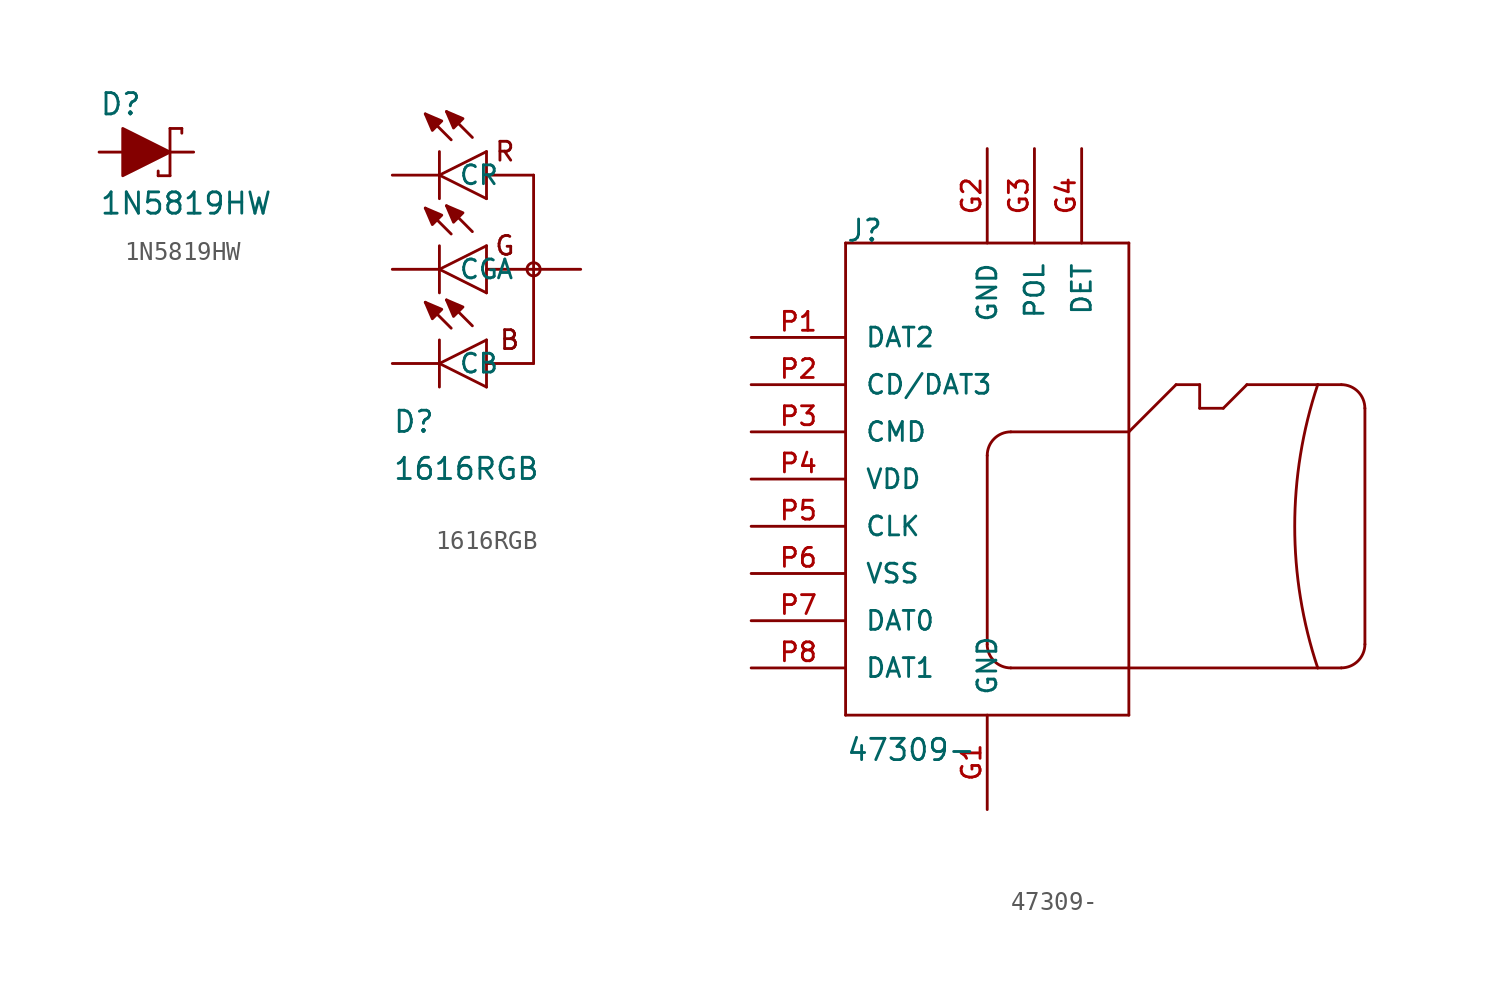
<source format=kicad_sym>
(kicad_symbol_lib
  (version 20211014)
  (generator kicad_symbol_editor)
  (symbol "1N5819HW"
    (pin_numbers hide)
    (pin_names
      (offset 1.016) hide)
    (property "Reference" "D"
      (at -2.54 1.905 0)
      (effects (font (size 1.143 1.143)) (justify left bottom)))
    (property "Value" "1N5819HW"
      (at -2.54 -3.429 0)
      (effects (font (size 1.143 1.143)) (justify left bottom)))
    (property "ki_locked" ""
      (at 0 0 0)
      (effects (font (size 1.27 1.27))))
    (symbol "1N5819HW_1_0"
      (polyline (pts (xy 0.635 -1.016) (xy 0.635 -1.27)) (stroke (width 0) (type default) (color 0 0 0 0)) (fill (type none)))
      (polyline (pts (xy 1.27 -1.27) (xy 0.635 -1.27)) (stroke (width 0) (type default) (color 0 0 0 0)) (fill (type none)))
      (polyline (pts (xy 1.27 1.27) (xy 1.27 -1.27)) (stroke (width 0) (type default) (color 0 0 0 0)) (fill (type none)))
      (polyline (pts (xy 1.905 1.27) (xy 1.27 1.27)) (stroke (width 0) (type default) (color 0 0 0 0)) (fill (type none)))
      (polyline (pts (xy 1.905 1.27) (xy 1.905 1.016)) (stroke (width 0) (type default) (color 0 0 0 0)) (fill (type none))))
    (symbol "1N5819HW_1_1"
      (polyline (pts (xy -1.27 1.27) (xy -1.27 -1.27) (xy -1.27 -1.27) (xy 1.27 0) (xy 1.27 0) (xy -1.27 1.27)) (stroke (width 0) (type default) (color 0 0 0 0)) (fill (type outline)))
      (pin passive line (at -2.54 0 0) (length 2.54) (name "A" (effects (font (size 1.016 1.016)))) (number "A" (effects (font (size 1.016 1.016)))))
      (pin passive line (at 2.54 0 180) (length 2.54) (name "C" (effects (font (size 1.016 1.016)))) (number "C" (effects (font (size 1.016 1.016)))))))
  (symbol "1616RGB"
    (pin_numbers hide)
    (pin_names
      (offset 1.016))
    (property "Reference" "D"
      (at -2.54 -8.89 0)
      (effects (font (size 1.143 1.143)) (justify left bottom)))
    (property "Value" "1616RGB"
      (at -2.54 -11.43 0)
      (effects (font (size 1.143 1.143)) (justify left bottom)))
    (property "ki_locked" ""
      (at 0 0 0)
      (effects (font (size 1.27 1.27))))
    (symbol "1616RGB_1_0"
      (polyline (pts (xy 0 -6.35) (xy 0 -5.08)) (stroke (width 0) (type default) (color 0 0 0 0)) (fill (type none)))
      (polyline (pts (xy 0 -5.08) (xy 0 -3.81)) (stroke (width 0) (type default) (color 0 0 0 0)) (fill (type none)))
      (polyline (pts (xy 0 -5.08) (xy 2.54 -3.81)) (stroke (width 0) (type default) (color 0 0 0 0)) (fill (type none)))
      (polyline (pts (xy 0 -1.27) (xy 0 0)) (stroke (width 0) (type default) (color 0 0 0 0)) (fill (type none)))
      (polyline (pts (xy 0 0) (xy 0 1.27)) (stroke (width 0) (type default) (color 0 0 0 0)) (fill (type none)))
      (polyline (pts (xy 0 0) (xy 2.54 1.27)) (stroke (width 0) (type default) (color 0 0 0 0)) (fill (type none)))
      (polyline (pts (xy 0 3.81) (xy 0 5.08)) (stroke (width 0) (type default) (color 0 0 0 0)) (fill (type none)))
      (polyline (pts (xy 0 5.08) (xy 0 6.35)) (stroke (width 0) (type default) (color 0 0 0 0)) (fill (type none)))
      (polyline (pts (xy 0 5.08) (xy 2.54 6.35)) (stroke (width 0) (type default) (color 0 0 0 0)) (fill (type none)))
      (polyline (pts (xy 0.635 -3.175) (xy -0.762 -1.778)) (stroke (width 0) (type default) (color 0 0 0 0)) (fill (type none)))
      (polyline (pts (xy 0.635 1.905) (xy -0.762 3.302)) (stroke (width 0) (type default) (color 0 0 0 0)) (fill (type none)))
      (polyline (pts (xy 0.635 6.985) (xy -0.762 8.382)) (stroke (width 0) (type default) (color 0 0 0 0)) (fill (type none)))
      (polyline (pts (xy 1.778 -3.048) (xy 0.381 -1.651)) (stroke (width 0) (type default) (color 0 0 0 0)) (fill (type none)))
      (polyline (pts (xy 1.778 2.032) (xy 0.381 3.429)) (stroke (width 0) (type default) (color 0 0 0 0)) (fill (type none)))
      (polyline (pts (xy 1.778 7.112) (xy 0.381 8.509)) (stroke (width 0) (type default) (color 0 0 0 0)) (fill (type none)))
      (polyline (pts (xy 2.54 -6.35) (xy 0 -5.08)) (stroke (width 0) (type default) (color 0 0 0 0)) (fill (type none)))
      (polyline (pts (xy 2.54 -6.35) (xy 2.54 -5.08)) (stroke (width 0) (type default) (color 0 0 0 0)) (fill (type none)))
      (polyline (pts (xy 2.54 -5.08) (xy 2.54 -3.81)) (stroke (width 0) (type default) (color 0 0 0 0)) (fill (type none)))
      (polyline (pts (xy 2.54 -5.08) (xy 5.08 -5.08)) (stroke (width 0) (type default) (color 0 0 0 0)) (fill (type none)))
      (polyline (pts (xy 2.54 -1.27) (xy 0 0)) (stroke (width 0) (type default) (color 0 0 0 0)) (fill (type none)))
      (polyline (pts (xy 2.54 -1.27) (xy 2.54 0)) (stroke (width 0) (type default) (color 0 0 0 0)) (fill (type none)))
      (polyline (pts (xy 2.54 0) (xy 2.54 1.27)) (stroke (width 0) (type default) (color 0 0 0 0)) (fill (type none)))
      (polyline (pts (xy 2.54 3.81) (xy 0 5.08)) (stroke (width 0) (type default) (color 0 0 0 0)) (fill (type none)))
      (polyline (pts (xy 2.54 3.81) (xy 2.54 5.08)) (stroke (width 0) (type default) (color 0 0 0 0)) (fill (type none)))
      (polyline (pts (xy 2.54 5.08) (xy 2.54 6.35)) (stroke (width 0) (type default) (color 0 0 0 0)) (fill (type none)))
      (polyline (pts (xy 2.54 5.08) (xy 5.08 5.08)) (stroke (width 0) (type default) (color 0 0 0 0)) (fill (type none)))
      (polyline (pts (xy 5.08 -5.08) (xy 5.08 0)) (stroke (width 0) (type default) (color 0 0 0 0)) (fill (type none)))
      (polyline (pts (xy 5.08 0) (xy 2.54 0)) (stroke (width 0) (type default) (color 0 0 0 0)) (fill (type none)))
      (polyline (pts (xy 5.08 5.08) (xy 5.08 0)) (stroke (width 0) (type default) (color 0 0 0 0)) (fill (type none)))
      (text "B" (at 3.785 -3.81 0) (effects (font (size 1.016 1.016))))
      (text "G" (at 3.531 1.27 0) (effects (font (size 1.016 1.016))))
      (text "R" (at 3.531 6.35 0) (effects (font (size 1.016 1.016)))))
    (symbol "1616RGB_1_1"
      (polyline (pts (xy 0.127 -2.159) (xy -0.762 -1.778) (xy -0.762 -1.778) (xy -0.381 -2.667) (xy -0.381 -2.667) (xy 0.127 -2.159)) (stroke (width 0) (type default) (color 0 0 0 0)) (fill (type outline)))
      (polyline (pts (xy 0.127 2.921) (xy -0.762 3.302) (xy -0.762 3.302) (xy -0.381 2.413) (xy -0.381 2.413) (xy 0.127 2.921)) (stroke (width 0) (type default) (color 0 0 0 0)) (fill (type outline)))
      (polyline (pts (xy 0.127 8.001) (xy -0.762 8.382) (xy -0.762 8.382) (xy -0.381 7.493) (xy -0.381 7.493) (xy 0.127 8.001)) (stroke (width 0) (type default) (color 0 0 0 0)) (fill (type outline)))
      (polyline (pts (xy 1.27 -2.032) (xy 0.381 -1.651) (xy 0.381 -1.651) (xy 0.762 -2.54) (xy 0.762 -2.54) (xy 1.27 -2.032)) (stroke (width 0) (type default) (color 0 0 0 0)) (fill (type outline)))
      (polyline (pts (xy 1.27 3.048) (xy 0.381 3.429) (xy 0.381 3.429) (xy 0.762 2.54) (xy 0.762 2.54) (xy 1.27 3.048)) (stroke (width 0) (type default) (color 0 0 0 0)) (fill (type outline)))
      (polyline (pts (xy 1.27 8.128) (xy 0.381 8.509) (xy 0.381 8.509) (xy 0.762 7.62) (xy 0.762 7.62) (xy 1.27 8.128)) (stroke (width 0) (type default) (color 0 0 0 0)) (fill (type outline)))
      (circle (center 5.08 0) (radius 0.356) (stroke (width 0) (type default) (color 0 0 0 0)) (fill (type none)))
      (pin passive line (at -2.54 5.08 0) (length 2.54) (name "CR" (effects (font (size 1.016 1.016)))) (number "1" (effects (font (size 1.016 1.016)))))
      (pin passive line (at -2.54 0 0) (length 2.54) (name "CG" (effects (font (size 1.016 1.016)))) (number "2" (effects (font (size 1.016 1.016)))))
      (pin passive line (at -2.54 -5.08 0) (length 2.54) (name "CB" (effects (font (size 1.016 1.016)))) (number "3" (effects (font (size 1.016 1.016)))))
      (pin passive line (at 7.62 0 180) (length 2.54) (name "A" (effects (font (size 1.016 1.016)))) (number "4" (effects (font (size 1.016 1.016)))))))
  (symbol "47309-"
    (pin_names
      (offset 1.016))
    (property "Reference" "J"
      (at -12.7 15.24 0)
      (effects (font (size 1.143 1.143)) (justify left bottom)))
    (property "Value" "47309-"
      (at -12.7 -12.7 0)
      (effects (font (size 1.143 1.143)) (justify left bottom)))
    (symbol "47309-_1_0"
      (polyline (pts (xy -12.7 -10.16) (xy 2.54 -10.16)) (stroke (width 0) (type default) (color 0 0 0 0)) (fill (type none)))
      (polyline (pts (xy -12.7 15.24) (xy -12.7 -10.16)) (stroke (width 0) (type default) (color 0 0 0 0)) (fill (type none)))
      (polyline (pts (xy -5.08 -6.35) (xy -5.08 3.81)) (stroke (width 0) (type default) (color 0 0 0 0)) (fill (type none)))
      (polyline (pts (xy -3.81 5.08) (xy 2.54 5.08)) (stroke (width 0) (type default) (color 0 0 0 0)) (fill (type none)))
      (polyline (pts (xy 2.54 5.08) (xy 5.08 7.62)) (stroke (width 0) (type default) (color 0 0 0 0)) (fill (type none)))
      (polyline (pts (xy 2.54 15.24) (xy -12.7 15.24)) (stroke (width 0) (type default) (color 0 0 0 0)) (fill (type none)))
      (polyline (pts (xy 2.54 15.24) (xy 2.54 -10.16)) (stroke (width 0) (type default) (color 0 0 0 0)) (fill (type none)))
      (polyline (pts (xy 5.08 7.62) (xy 6.35 7.62)) (stroke (width 0) (type default) (color 0 0 0 0)) (fill (type none)))
      (polyline (pts (xy 6.35 6.35) (xy 7.62 6.35)) (stroke (width 0) (type default) (color 0 0 0 0)) (fill (type none)))
      (polyline (pts (xy 6.35 7.62) (xy 6.35 6.35)) (stroke (width 0) (type default) (color 0 0 0 0)) (fill (type none)))
      (polyline (pts (xy 7.62 6.35) (xy 8.89 7.62)) (stroke (width 0) (type default) (color 0 0 0 0)) (fill (type none)))
      (polyline (pts (xy 8.89 7.62) (xy 12.7 7.62)) (stroke (width 0) (type default) (color 0 0 0 0)) (fill (type none)))
      (polyline (pts (xy 12.7 -7.62) (xy -3.81 -7.62)) (stroke (width 0) (type default) (color 0 0 0 0)) (fill (type none)))
      (polyline (pts (xy 12.7 7.62) (xy 13.97 7.62)) (stroke (width 0) (type default) (color 0 0 0 0)) (fill (type none)))
      (polyline (pts (xy 13.97 -7.62) (xy 12.7 -7.62)) (stroke (width 0) (type default) (color 0 0 0 0)) (fill (type none)))
      (polyline (pts (xy 15.24 6.35) (xy 15.24 -6.35)) (stroke (width 0) (type default) (color 0 0 0 0)) (fill (type none))))
    (symbol "47309-_1_1"
      (arc (start -5.08 -6.35) (mid -4.708 -7.248) (end -3.81 -7.62) (stroke (width 0) (type default) (color 0 0 0 0)) (fill (type none)))
      (arc (start -3.81 5.08) (mid -4.708 4.708) (end -5.08 3.81) (stroke (width 0) (type default) (color 0 0 0 0)) (fill (type none)))
      (arc (start 12.7 7.62) (mid 11.4634 0) (end 12.7 -7.62) (stroke (width 0) (type default) (color 0 0 0 0)) (fill (type none)))
      (arc (start 13.97 -7.62) (mid 14.868 -7.248) (end 15.24 -6.35) (stroke (width 0) (type default) (color 0 0 0 0)) (fill (type none)))
      (arc (start 15.24 6.35) (mid 14.868 7.248) (end 13.97 7.62) (stroke (width 0) (type default) (color 0 0 0 0)) (fill (type none)))
      (pin power_in line (at -5.08 -15.24 90) (length 5.08) (name "GND" (effects (font (size 1.016 1.016)))) (number "G1" (effects (font (size 1.016 1.016)))))
      (pin power_in line (at -5.08 20.32 270) (length 5.08) (name "GND" (effects (font (size 1.016 1.016)))) (number "G2" (effects (font (size 1.016 1.016)))))
      (pin passive line (at -2.54 20.32 270) (length 5.08) (name "POL" (effects (font (size 1.016 1.016)))) (number "G3" (effects (font (size 1.016 1.016)))))
      (pin passive line (at 0 20.32 270) (length 5.08) (name "DET" (effects (font (size 1.016 1.016)))) (number "G4" (effects (font (size 1.016 1.016)))))
      (pin bidirectional line (at -17.78 10.16 0) (length 5.08) (name "DAT2" (effects (font (size 1.016 1.016)))) (number "P1" (effects (font (size 1.016 1.016)))))
      (pin bidirectional line (at -17.78 7.62 0) (length 5.08) (name "CD/DAT3" (effects (font (size 1.016 1.016)))) (number "P2" (effects (font (size 1.016 1.016)))))
      (pin input line (at -17.78 5.08 0) (length 5.08) (name "CMD" (effects (font (size 1.016 1.016)))) (number "P3" (effects (font (size 1.016 1.016)))))
      (pin power_in line (at -17.78 2.54 0) (length 5.08) (name "VDD" (effects (font (size 1.016 1.016)))) (number "P4" (effects (font (size 1.016 1.016)))))
      (pin input line (at -17.78 0 0) (length 5.08) (name "CLK" (effects (font (size 1.016 1.016)))) (number "P5" (effects (font (size 1.016 1.016)))))
      (pin power_in line (at -17.78 -2.54 0) (length 5.08) (name "VSS" (effects (font (size 1.016 1.016)))) (number "P6" (effects (font (size 1.016 1.016)))))
      (pin bidirectional line (at -17.78 -5.08 0) (length 5.08) (name "DAT0" (effects (font (size 1.016 1.016)))) (number "P7" (effects (font (size 1.016 1.016)))))
      (pin bidirectional line (at -17.78 -7.62 0) (length 5.08) (name "DAT1" (effects (font (size 1.016 1.016)))) (number "P8" (effects (font (size 1.016 1.016))))))))
</source>
